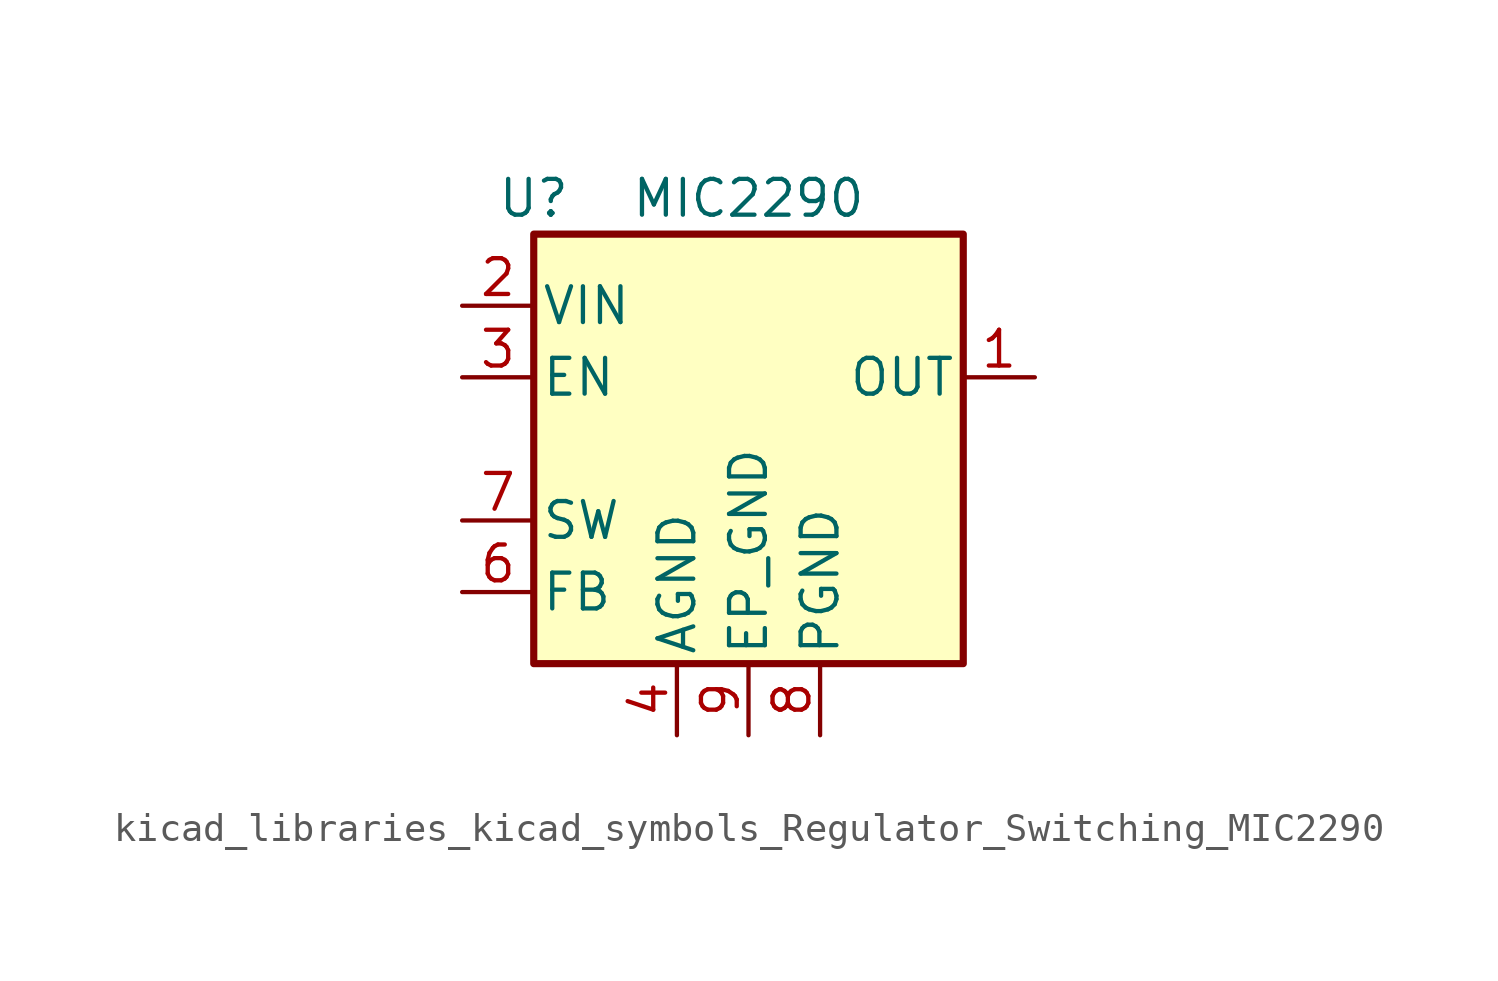
<source format=kicad_sym>
(kicad_symbol_lib
  (version 20220914)
  (generator kicad_symbol_editor)
  (symbol "kicad_libraries_kicad_symbols_Regulator_Switching_MIC2290"
    (pin_names
      (offset 0.254))
    (property "Reference" "U"
      (at -7.62 8.89 0)
      (effects (font (size 1.27 1.27))))
    (property "Value" "MIC2290"
      (at 0 8.89 0)
      (effects (font (size 1.27 1.27))))
    (symbol "kicad_libraries_kicad_symbols_Regulator_Switching_MIC2290_0_1"
      (rectangle (start -7.62 7.62) (end 7.62 -7.62) (stroke (width 0.254) (type default)) (fill (type background))))
    (symbol "kicad_libraries_kicad_symbols_Regulator_Switching_MIC2290_1_1"
      (pin power_out line (at 10.16 2.54 180) (length 2.54) (name "OUT" (effects (font (size 1.27 1.27)))) (number "1" (effects (font (size 1.27 1.27)))))
      (pin power_in line (at -10.16 5.08 0) (length 2.54) (name "VIN" (effects (font (size 1.27 1.27)))) (number "2" (effects (font (size 1.27 1.27)))))
      (pin input line (at -10.16 2.54 0) (length 2.54) (name "EN" (effects (font (size 1.27 1.27)))) (number "3" (effects (font (size 1.27 1.27)))))
      (pin power_in line (at -2.54 -10.16 90) (length 2.54) (name "AGND" (effects (font (size 1.27 1.27)))) (number "4" (effects (font (size 1.27 1.27)))))
      (pin no_connect line (at 5.08 5.08 180) (length 2.54) hide (name "NC" (effects (font (size 1.27 1.27)))) (number "5" (effects (font (size 1.27 1.27)))))
      (pin input line (at -10.16 -5.08 0) (length 2.54) (name "FB" (effects (font (size 1.27 1.27)))) (number "6" (effects (font (size 1.27 1.27)))))
      (pin input line (at -10.16 -2.54 0) (length 2.54) (name "SW" (effects (font (size 1.27 1.27)))) (number "7" (effects (font (size 1.27 1.27)))))
      (pin power_in line (at 2.54 -10.16 90) (length 2.54) (name "PGND" (effects (font (size 1.27 1.27)))) (number "8" (effects (font (size 1.27 1.27)))))
      (pin power_in line (at 0 -10.16 90) (length 2.54) (name "EP_GND" (effects (font (size 1.27 1.27)))) (number "9" (effects (font (size 1.27 1.27))))))))
</source>
